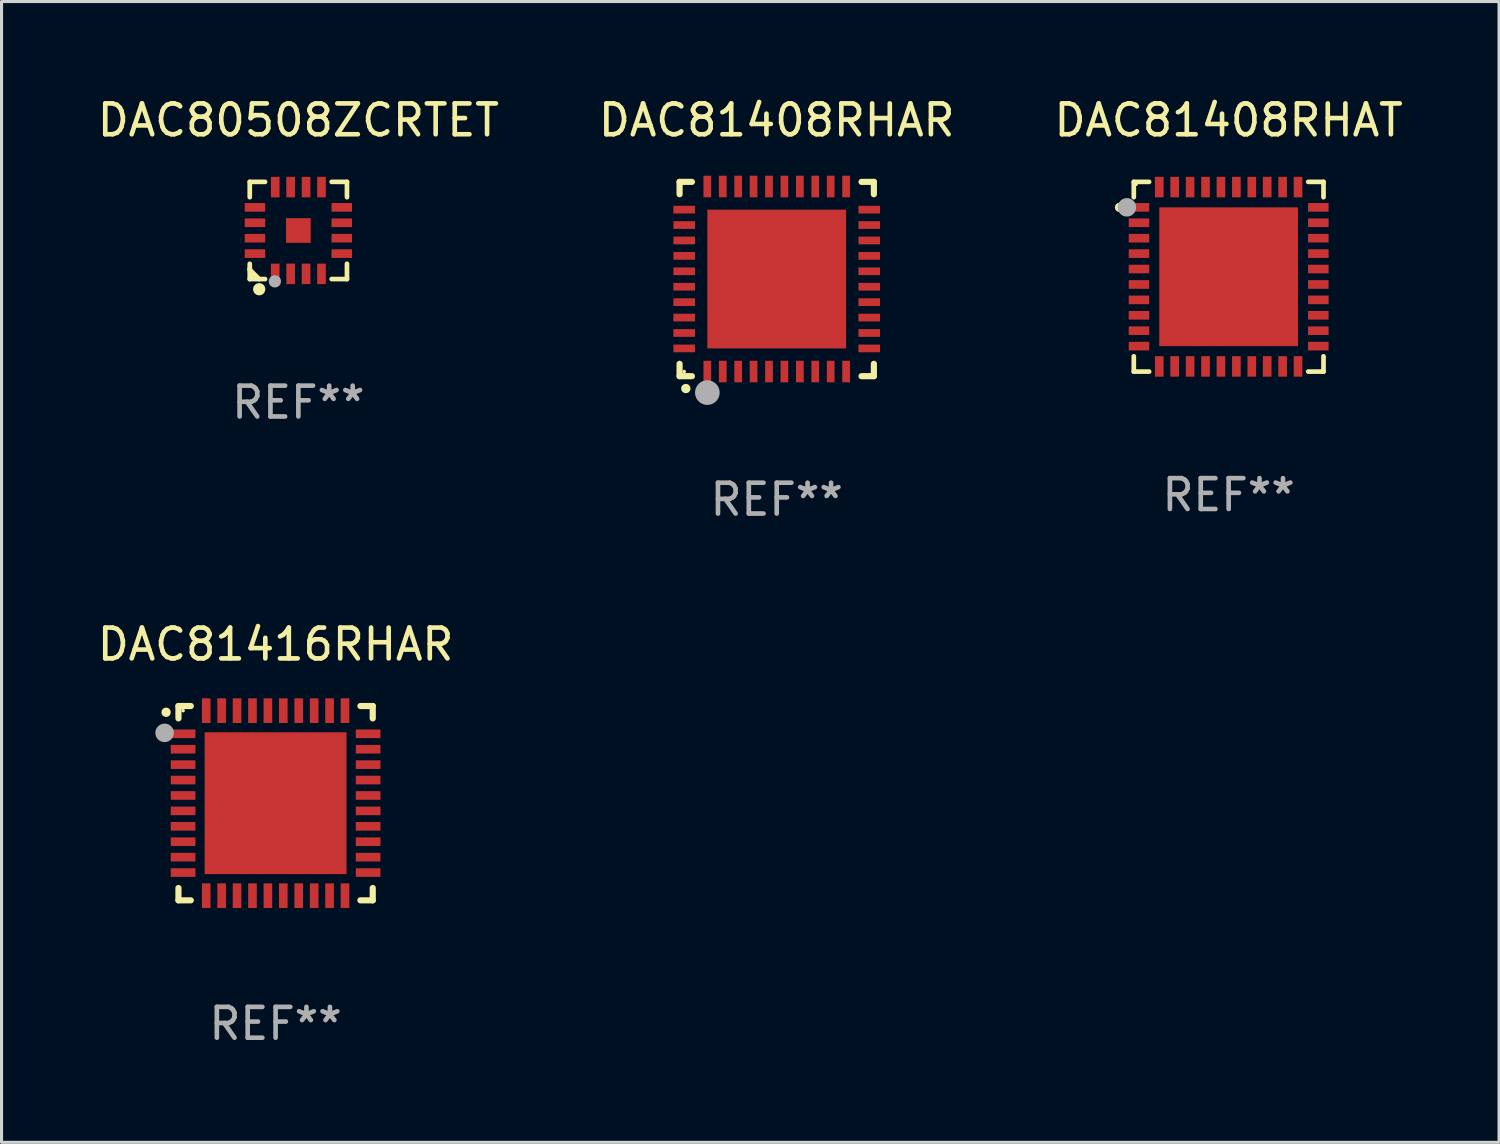
<source format=kicad_pcb>
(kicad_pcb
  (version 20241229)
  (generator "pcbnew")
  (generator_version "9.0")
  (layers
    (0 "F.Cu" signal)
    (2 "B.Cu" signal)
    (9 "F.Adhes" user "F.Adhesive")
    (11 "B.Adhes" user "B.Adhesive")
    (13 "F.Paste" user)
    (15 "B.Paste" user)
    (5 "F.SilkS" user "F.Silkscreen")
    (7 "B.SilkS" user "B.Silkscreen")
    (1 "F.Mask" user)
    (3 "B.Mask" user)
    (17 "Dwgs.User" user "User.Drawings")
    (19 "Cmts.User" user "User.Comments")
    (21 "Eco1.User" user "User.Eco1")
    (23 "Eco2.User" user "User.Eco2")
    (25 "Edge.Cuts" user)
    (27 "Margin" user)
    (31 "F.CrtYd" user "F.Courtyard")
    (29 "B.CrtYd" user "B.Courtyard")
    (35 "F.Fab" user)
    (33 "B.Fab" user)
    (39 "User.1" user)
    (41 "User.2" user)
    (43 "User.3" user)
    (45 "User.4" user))
  (footprint "DAC81408RHAT"
    (layer "F.Cu")
    (at 36.792 5.924)
    (property "Reference" "DAC81408RHAT" (at 0 -5.076 0) (layer "F.SilkS") (effects (font (size 1 1) (thickness 0.15))))
    (attr through_hole)
    (fp_line (start -3.076 -3.076) (end -3.076 -2.58) (stroke (width 0.152) (type solid)) (layer "F.SilkS"))
    (fp_line (start -3.076 3.076) (end -3.076 2.58) (stroke (width 0.152) (type solid)) (layer "F.SilkS"))
    (fp_line (start -2.58 -3.076) (end -3.076 -3.076) (stroke (width 0.152) (type solid)) (layer "F.SilkS"))
    (fp_line (start -2.58 3.076) (end -3.076 3.076) (stroke (width 0.152) (type solid)) (layer "F.SilkS"))
    (fp_line (start 2.58 -3.076) (end 3.076 -3.076) (stroke (width 0.152) (type solid)) (layer "F.SilkS"))
    (fp_line (start 2.58 3.076) (end 3.076 3.076) (stroke (width 0.152) (type solid)) (layer "F.SilkS"))
    (fp_line (start 3.076 -3.076) (end 3.076 -2.58) (stroke (width 0.152) (type solid)) (layer "F.SilkS"))
    (fp_line (start 3.076 3.076) (end 3.076 2.58) (stroke (width 0.152) (type solid)) (layer "F.SilkS"))
    (fp_circle (center -3.54 -2.25) (end -3.465 -2.25) (stroke (width 0.15) (type solid)) (fill no) (layer "F.SilkS"))
    (fp_circle (center -3 -3) (end -2.97 -3) (stroke (width 0.06) (type solid)) (fill no) (layer "F.SilkS"))
    (fp_circle (center -3.3 -2.25) (end -3.15 -2.25) (stroke (width 0.3) (type solid)) (fill no) (layer "F.Fab"))
    (fp_text user "REF**" (at 0 7.076 0) (layer "F.Fab") (effects (font (size 1 1) (thickness 0.15))))
    (pad "1" smd rect (at -2.908 -2.25) (size 0.665 0.28) (layers "F.Cu" "F.Mask" "F.Paste"))
    (pad "2" smd rect (at -2.908 -1.75) (size 0.665 0.28) (layers "F.Cu" "F.Mask" "F.Paste"))
    (pad "3" smd rect (at -2.908 -1.25) (size 0.665 0.28) (layers "F.Cu" "F.Mask" "F.Paste"))
    (pad "4" smd rect (at -2.908 -0.75) (size 0.665 0.28) (layers "F.Cu" "F.Mask" "F.Paste"))
    (pad "5" smd rect (at -2.908 -0.25) (size 0.665 0.28) (layers "F.Cu" "F.Mask" "F.Paste"))
    (pad "6" smd rect (at -2.908 0.25) (size 0.665 0.28) (layers "F.Cu" "F.Mask" "F.Paste"))
    (pad "7" smd rect (at -2.908 0.75) (size 0.665 0.28) (layers "F.Cu" "F.Mask" "F.Paste"))
    (pad "8" smd rect (at -2.908 1.25) (size 0.665 0.28) (layers "F.Cu" "F.Mask" "F.Paste"))
    (pad "9" smd rect (at -2.908 1.75) (size 0.665 0.28) (layers "F.Cu" "F.Mask" "F.Paste"))
    (pad "10" smd rect (at -2.908 2.25) (size 0.665 0.28) (layers "F.Cu" "F.Mask" "F.Paste"))
    (pad "11" smd rect (at -2.25 2.908) (size 0.28 0.665) (layers "F.Cu" "F.Mask" "F.Paste"))
    (pad "12" smd rect (at -1.75 2.908) (size 0.28 0.665) (layers "F.Cu" "F.Mask" "F.Paste"))
    (pad "13" smd rect (at -1.25 2.908) (size 0.28 0.665) (layers "F.Cu" "F.Mask" "F.Paste"))
    (pad "14" smd rect (at -0.75 2.908) (size 0.28 0.665) (layers "F.Cu" "F.Mask" "F.Paste"))
    (pad "15" smd rect (at -0.25 2.908) (size 0.28 0.665) (layers "F.Cu" "F.Mask" "F.Paste"))
    (pad "16" smd rect (at 0.25 2.908) (size 0.28 0.665) (layers "F.Cu" "F.Mask" "F.Paste"))
    (pad "17" smd rect (at 0.75 2.908) (size 0.28 0.665) (layers "F.Cu" "F.Mask" "F.Paste"))
    (pad "18" smd rect (at 1.25 2.908) (size 0.28 0.665) (layers "F.Cu" "F.Mask" "F.Paste"))
    (pad "19" smd rect (at 1.75 2.908) (size 0.28 0.665) (layers "F.Cu" "F.Mask" "F.Paste"))
    (pad "20" smd rect (at 2.25 2.908) (size 0.28 0.665) (layers "F.Cu" "F.Mask" "F.Paste"))
    (pad "21" smd rect (at 2.908 2.25) (size 0.665 0.28) (layers "F.Cu" "F.Mask" "F.Paste"))
    (pad "22" smd rect (at 2.908 1.75) (size 0.665 0.28) (layers "F.Cu" "F.Mask" "F.Paste"))
    (pad "23" smd rect (at 2.908 1.25) (size 0.665 0.28) (layers "F.Cu" "F.Mask" "F.Paste"))
    (pad "24" smd rect (at 2.908 0.75) (size 0.665 0.28) (layers "F.Cu" "F.Mask" "F.Paste"))
    (pad "25" smd rect (at 2.908 0.25) (size 0.665 0.28) (layers "F.Cu" "F.Mask" "F.Paste"))
    (pad "26" smd rect (at 2.908 -0.25) (size 0.665 0.28) (layers "F.Cu" "F.Mask" "F.Paste"))
    (pad "27" smd rect (at 2.908 -0.75) (size 0.665 0.28) (layers "F.Cu" "F.Mask" "F.Paste"))
    (pad "28" smd rect (at 2.908 -1.25) (size 0.665 0.28) (layers "F.Cu" "F.Mask" "F.Paste"))
    (pad "29" smd rect (at 2.908 -1.75) (size 0.665 0.28) (layers "F.Cu" "F.Mask" "F.Paste"))
    (pad "30" smd rect (at 2.908 -2.25) (size 0.665 0.28) (layers "F.Cu" "F.Mask" "F.Paste"))
    (pad "31" smd rect (at 2.25 -2.908) (size 0.28 0.665) (layers "F.Cu" "F.Mask" "F.Paste"))
    (pad "32" smd rect (at 1.75 -2.908) (size 0.28 0.665) (layers "F.Cu" "F.Mask" "F.Paste"))
    (pad "33" smd rect (at 1.25 -2.908) (size 0.28 0.665) (layers "F.Cu" "F.Mask" "F.Paste"))
    (pad "34" smd rect (at 0.75 -2.908) (size 0.28 0.665) (layers "F.Cu" "F.Mask" "F.Paste"))
    (pad "35" smd rect (at 0.25 -2.908) (size 0.28 0.665) (layers "F.Cu" "F.Mask" "F.Paste"))
    (pad "36" smd rect (at -0.25 -2.908) (size 0.28 0.665) (layers "F.Cu" "F.Mask" "F.Paste"))
    (pad "37" smd rect (at -0.75 -2.908) (size 0.28 0.665) (layers "F.Cu" "F.Mask" "F.Paste"))
    (pad "38" smd rect (at -1.25 -2.908) (size 0.28 0.665) (layers "F.Cu" "F.Mask" "F.Paste"))
    (pad "39" smd rect (at -1.75 -2.908) (size 0.28 0.665) (layers "F.Cu" "F.Mask" "F.Paste"))
    (pad "40" smd rect (at -2.25 -2.908) (size 0.28 0.665) (layers "F.Cu" "F.Mask" "F.Paste"))
    (pad "41" smd rect (at 0 0) (size 4.5 4.5) (layers "F.Cu" "F.Mask" "F.Paste")))
  (footprint "DAC80508ZCRTET"
    (layer "F.Cu")
    (at 6.625 4.424)
    (property "Reference" "DAC80508ZCRTET" (at 0 -3.576 0) (layer "F.SilkS") (effects (font (size 1 1) (thickness 0.15))))
    (attr through_hole)
    (fp_line (start -1.576 -1.576) (end -1.08 -1.576) (stroke (width 0.152) (type solid)) (layer "F.SilkS"))
    (fp_line (start -1.576 -1.08) (end -1.576 -1.576) (stroke (width 0.152) (type solid)) (layer "F.SilkS"))
    (fp_line (start -1.576 1.08) (end -1.576 1.576) (stroke (width 0.152) (type solid)) (layer "F.SilkS"))
    (fp_line (start -1.576 1.232) (end -1.576 1.272) (stroke (width 0.152) (type solid)) (layer "F.SilkS"))
    (fp_line (start -1.576 1.272) (end -1.272 1.576) (stroke (width 0.152) (type solid)) (layer "F.SilkS"))
    (fp_line (start -1.576 1.576) (end -1.08 1.576) (stroke (width 0.152) (type solid)) (layer "F.SilkS"))
    (fp_line (start 1.576 -1.576) (end 1.08 -1.576) (stroke (width 0.152) (type solid)) (layer "F.SilkS"))
    (fp_line (start 1.576 -1.08) (end 1.576 -1.576) (stroke (width 0.152) (type solid)) (layer "F.SilkS"))
    (fp_line (start 1.576 1.08) (end 1.576 1.576) (stroke (width 0.152) (type solid)) (layer "F.SilkS"))
    (fp_line (start 1.576 1.576) (end 1.08 1.576) (stroke (width 0.152) (type solid)) (layer "F.SilkS"))
    (fp_circle (center -1.5 1.5) (end -1.47 1.5) (stroke (width 0.06) (type solid)) (fill no) (layer "F.SilkS"))
    (fp_circle (center -1.27 1.905) (end -1.17 1.905) (stroke (width 0.2) (type solid)) (fill no) (layer "F.SilkS"))
    (fp_circle (center -0.762 1.651) (end -0.662 1.651) (stroke (width 0.2) (type solid)) (fill no) (layer "F.Fab"))
    (fp_text user "REF**" (at 0 5.576 0) (layer "F.Fab") (effects (font (size 1 1) (thickness 0.15))))
    (pad "1" smd rect (at -0.75 1.407) (size 0.28 0.665) (layers "F.Cu" "F.Mask" "F.Paste"))
    (pad "2" smd rect (at -0.25 1.407) (size 0.28 0.665) (layers "F.Cu" "F.Mask" "F.Paste"))
    (pad "3" smd rect (at 0.25 1.407) (size 0.28 0.665) (layers "F.Cu" "F.Mask" "F.Paste"))
    (pad "4" smd rect (at 0.75 1.407) (size 0.28 0.665) (layers "F.Cu" "F.Mask" "F.Paste"))
    (pad "5" smd rect (at 1.407 0.75) (size 0.665 0.28) (layers "F.Cu" "F.Mask" "F.Paste"))
    (pad "6" smd rect (at 1.407 0.25) (size 0.665 0.28) (layers "F.Cu" "F.Mask" "F.Paste"))
    (pad "7" smd rect (at 1.407 -0.25) (size 0.665 0.28) (layers "F.Cu" "F.Mask" "F.Paste"))
    (pad "8" smd rect (at 1.407 -0.75) (size 0.665 0.28) (layers "F.Cu" "F.Mask" "F.Paste"))
    (pad "9" smd rect (at 0.75 -1.407) (size 0.28 0.665) (layers "F.Cu" "F.Mask" "F.Paste"))
    (pad "10" smd rect (at 0.25 -1.407) (size 0.28 0.665) (layers "F.Cu" "F.Mask" "F.Paste"))
    (pad "11" smd rect (at -0.25 -1.407) (size 0.28 0.665) (layers "F.Cu" "F.Mask" "F.Paste"))
    (pad "12" smd rect (at -0.75 -1.407) (size 0.28 0.665) (layers "F.Cu" "F.Mask" "F.Paste"))
    (pad "13" smd rect (at -1.407 -0.75) (size 0.665 0.28) (layers "F.Cu" "F.Mask" "F.Paste"))
    (pad "14" smd rect (at -1.407 -0.25) (size 0.665 0.28) (layers "F.Cu" "F.Mask" "F.Paste"))
    (pad "15" smd rect (at -1.407 0.25) (size 0.665 0.28) (layers "F.Cu" "F.Mask" "F.Paste"))
    (pad "16" smd rect (at -1.407 0.75) (size 0.665 0.28) (layers "F.Cu" "F.Mask" "F.Paste"))
    (pad "17" smd rect (at 0 0) (size 0.8 0.8) (layers "F.Cu" "F.Mask" "F.Paste")))
  (footprint "DAC81416RHAR"
    (layer "F.Cu")
    (at 5.887 22.995)
    (property "Reference" "DAC81416RHAR" (at 0 -5.15 0) (layer "F.SilkS") (effects (font (size 1 1) (thickness 0.15))))
    (attr through_hole)
    (fp_line (start -3.15 -3.15) (end -2.75 -3.15) (stroke (width 0.2) (type solid)) (layer "F.SilkS"))
    (fp_line (start -3.15 -2.75) (end -3.15 -3.15) (stroke (width 0.2) (type solid)) (layer "F.SilkS"))
    (fp_line (start -3.15 3.15) (end -3.15 2.75) (stroke (width 0.2) (type solid)) (layer "F.SilkS"))
    (fp_line (start -2.75 3.15) (end -3.15 3.15) (stroke (width 0.2) (type solid)) (layer "F.SilkS"))
    (fp_line (start 2.75 -3.15) (end 3.15 -3.15) (stroke (width 0.2) (type solid)) (layer "F.SilkS"))
    (fp_line (start 2.75 3.15) (end 3.15 3.15) (stroke (width 0.2) (type solid)) (layer "F.SilkS"))
    (fp_line (start 3.15 -3.15) (end 3.15 -2.75) (stroke (width 0.2) (type solid)) (layer "F.SilkS"))
    (fp_line (start 3.15 3.15) (end 3.15 2.75) (stroke (width 0.2) (type solid)) (layer "F.SilkS"))
    (fp_arc (start -3.550927 -2.946406) (mid -3.550932 -2.947676) (end -3.550927 -2.948946) (stroke (width 0.3) (type solid)) (layer "F.SilkS"))
    (fp_circle (center -3 -3) (end -2.97 -3) (stroke (width 0.06) (type solid)) (fill no) (layer "F.SilkS"))
    (fp_circle (center -3.6 -2.28) (end -3.45 -2.28) (stroke (width 0.3) (type solid)) (fill no) (layer "F.Fab"))
    (fp_text user "REF**" (at 0 7.15 0) (layer "F.Fab") (effects (font (size 1 1) (thickness 0.15))))
    (pad "1" smd rect (at -3 -2.25 90) (size 0.28 0.8) (layers "F.Cu" "F.Mask" "F.Paste"))
    (pad "2" smd rect (at -3 -1.75 90) (size 0.28 0.8) (layers "F.Cu" "F.Mask" "F.Paste"))
    (pad "3" smd rect (at -3 -1.25 90) (size 0.28 0.8) (layers "F.Cu" "F.Mask" "F.Paste"))
    (pad "4" smd rect (at -3 -0.75 90) (size 0.28 0.8) (layers "F.Cu" "F.Mask" "F.Paste"))
    (pad "5" smd rect (at -3 -0.25 90) (size 0.28 0.8) (layers "F.Cu" "F.Mask" "F.Paste"))
    (pad "6" smd rect (at -3 0.25 90) (size 0.28 0.8) (layers "F.Cu" "F.Mask" "F.Paste"))
    (pad "7" smd rect (at -3 0.75 90) (size 0.28 0.8) (layers "F.Cu" "F.Mask" "F.Paste"))
    (pad "8" smd rect (at -3 1.25 90) (size 0.28 0.8) (layers "F.Cu" "F.Mask" "F.Paste"))
    (pad "9" smd rect (at -3 1.75 90) (size 0.28 0.8) (layers "F.Cu" "F.Mask" "F.Paste"))
    (pad "10" smd rect (at -3 2.25 90) (size 0.28 0.8) (layers "F.Cu" "F.Mask" "F.Paste"))
    (pad "11" smd rect (at -2.25 3) (size 0.28 0.8) (layers "F.Cu" "F.Mask" "F.Paste"))
    (pad "12" smd rect (at -1.75 3) (size 0.28 0.8) (layers "F.Cu" "F.Mask" "F.Paste"))
    (pad "13" smd rect (at -1.25 3) (size 0.28 0.8) (layers "F.Cu" "F.Mask" "F.Paste"))
    (pad "14" smd rect (at -0.75 3) (size 0.28 0.8) (layers "F.Cu" "F.Mask" "F.Paste"))
    (pad "15" smd rect (at -0.25 3) (size 0.28 0.8) (layers "F.Cu" "F.Mask" "F.Paste"))
    (pad "16" smd rect (at 0.25 3) (size 0.28 0.8) (layers "F.Cu" "F.Mask" "F.Paste"))
    (pad "17" smd rect (at 0.75 3) (size 0.28 0.8) (layers "F.Cu" "F.Mask" "F.Paste"))
    (pad "18" smd rect (at 1.25 3) (size 0.28 0.8) (layers "F.Cu" "F.Mask" "F.Paste"))
    (pad "19" smd rect (at 1.75 3) (size 0.28 0.8) (layers "F.Cu" "F.Mask" "F.Paste"))
    (pad "20" smd rect (at 2.25 3) (size 0.28 0.8) (layers "F.Cu" "F.Mask" "F.Paste"))
    (pad "21" smd rect (at 3 2.25 90) (size 0.28 0.8) (layers "F.Cu" "F.Mask" "F.Paste"))
    (pad "22" smd rect (at 3 1.75 90) (size 0.28 0.8) (layers "F.Cu" "F.Mask" "F.Paste"))
    (pad "23" smd rect (at 3 1.25 90) (size 0.28 0.8) (layers "F.Cu" "F.Mask" "F.Paste"))
    (pad "24" smd rect (at 3 0.75 90) (size 0.28 0.8) (layers "F.Cu" "F.Mask" "F.Paste"))
    (pad "25" smd rect (at 3 0.25 90) (size 0.28 0.8) (layers "F.Cu" "F.Mask" "F.Paste"))
    (pad "26" smd rect (at 3 -0.25 90) (size 0.28 0.8) (layers "F.Cu" "F.Mask" "F.Paste"))
    (pad "27" smd rect (at 3 -0.75 90) (size 0.28 0.8) (layers "F.Cu" "F.Mask" "F.Paste"))
    (pad "28" smd rect (at 3 -1.25 90) (size 0.28 0.8) (layers "F.Cu" "F.Mask" "F.Paste"))
    (pad "29" smd rect (at 3 -1.75 90) (size 0.28 0.8) (layers "F.Cu" "F.Mask" "F.Paste"))
    (pad "30" smd rect (at 3 -2.25 90) (size 0.28 0.8) (layers "F.Cu" "F.Mask" "F.Paste"))
    (pad "31" smd rect (at 2.25 -3) (size 0.28 0.8) (layers "F.Cu" "F.Mask" "F.Paste"))
    (pad "32" smd rect (at 1.75 -3) (size 0.28 0.8) (layers "F.Cu" "F.Mask" "F.Paste"))
    (pad "33" smd rect (at 1.25 -3) (size 0.28 0.8) (layers "F.Cu" "F.Mask" "F.Paste"))
    (pad "34" smd rect (at 0.75 -3) (size 0.28 0.8) (layers "F.Cu" "F.Mask" "F.Paste"))
    (pad "35" smd rect (at 0.25 -3) (size 0.28 0.8) (layers "F.Cu" "F.Mask" "F.Paste"))
    (pad "36" smd rect (at -0.25 -3) (size 0.28 0.8) (layers "F.Cu" "F.Mask" "F.Paste"))
    (pad "37" smd rect (at -0.75 -3) (size 0.28 0.8) (layers "F.Cu" "F.Mask" "F.Paste"))
    (pad "38" smd rect (at -1.25 -3) (size 0.28 0.8) (layers "F.Cu" "F.Mask" "F.Paste"))
    (pad "39" smd rect (at -1.75 -3) (size 0.28 0.8) (layers "F.Cu" "F.Mask" "F.Paste"))
    (pad "40" smd rect (at -2.25 -3) (size 0.28 0.8) (layers "F.Cu" "F.Mask" "F.Paste"))
    (pad "41" smd rect (at -0.000102 0) (size 4.6 4.6) (layers "F.Cu" "F.Mask" "F.Paste")))
  (footprint "DAC81408RHAR"
    (layer "F.Cu")
    (at 22.137 5.998)
    (property "Reference" "DAC81408RHAR" (at 0 -5.15 0) (layer "F.SilkS") (effects (font (size 1 1) (thickness 0.15))))
    (attr through_hole)
    (fp_line (start -3.15 -3.15) (end -2.75 -3.15) (stroke (width 0.2) (type solid)) (layer "F.SilkS"))
    (fp_line (start -3.15 -2.75) (end -3.15 -3.15) (stroke (width 0.2) (type solid)) (layer "F.SilkS"))
    (fp_line (start -3.15 3.15) (end -3.15 2.75) (stroke (width 0.2) (type solid)) (layer "F.SilkS"))
    (fp_line (start -2.75 3.15) (end -3.15 3.15) (stroke (width 0.2) (type solid)) (layer "F.SilkS"))
    (fp_line (start 3.15 -3.15) (end 2.75 -3.15) (stroke (width 0.2) (type solid)) (layer "F.SilkS"))
    (fp_line (start 3.15 -2.75) (end 3.15 -3.15) (stroke (width 0.2) (type solid)) (layer "F.SilkS"))
    (fp_line (start 3.15 2.75) (end 3.15 3.15) (stroke (width 0.2) (type solid)) (layer "F.SilkS"))
    (fp_line (start 3.15 3.15) (end 2.75 3.15) (stroke (width 0.2) (type solid)) (layer "F.SilkS"))
    (fp_arc (start -2.94892 3.550927) (mid -2.94765 3.550922) (end -2.94638 3.550927) (stroke (width 0.3) (type solid)) (layer "F.SilkS"))
    (fp_circle (center -3 3) (end -2.97 3) (stroke (width 0.06) (type solid)) (fill no) (layer "F.SilkS"))
    (fp_circle (center -2.25 3.683) (end -2.05 3.683) (stroke (width 0.4) (type solid)) (fill no) (layer "F.Fab"))
    (fp_text user "REF**" (at 0 7.15 0) (layer "F.Fab") (effects (font (size 1 1) (thickness 0.15))))
    (pad "1" smd rect (at -2.25 3 180) (size 0.25 0.7) (layers "F.Cu" "F.Mask" "F.Paste"))
    (pad "2" smd rect (at -1.75 3 180) (size 0.25 0.7) (layers "F.Cu" "F.Mask" "F.Paste"))
    (pad "3" smd rect (at -1.25 3 180) (size 0.25 0.7) (layers "F.Cu" "F.Mask" "F.Paste"))
    (pad "4" smd rect (at -0.75 3 180) (size 0.25 0.7) (layers "F.Cu" "F.Mask" "F.Paste"))
    (pad "5" smd rect (at -0.25 3 180) (size 0.25 0.7) (layers "F.Cu" "F.Mask" "F.Paste"))
    (pad "6" smd rect (at 0.25 3 180) (size 0.25 0.7) (layers "F.Cu" "F.Mask" "F.Paste"))
    (pad "7" smd rect (at 0.75 3 180) (size 0.25 0.7) (layers "F.Cu" "F.Mask" "F.Paste"))
    (pad "8" smd rect (at 1.25 3 180) (size 0.25 0.7) (layers "F.Cu" "F.Mask" "F.Paste"))
    (pad "9" smd rect (at 1.75 3 180) (size 0.25 0.7) (layers "F.Cu" "F.Mask" "F.Paste"))
    (pad "10" smd rect (at 2.25 3 180) (size 0.25 0.7) (layers "F.Cu" "F.Mask" "F.Paste"))
    (pad "11" smd rect (at 3 2.25 90) (size 0.25 0.7) (layers "F.Cu" "F.Mask" "F.Paste"))
    (pad "12" smd rect (at 3 1.75 90) (size 0.25 0.7) (layers "F.Cu" "F.Mask" "F.Paste"))
    (pad "13" smd rect (at 3 1.25 90) (size 0.25 0.7) (layers "F.Cu" "F.Mask" "F.Paste"))
    (pad "14" smd rect (at 3 0.75 90) (size 0.25 0.7) (layers "F.Cu" "F.Mask" "F.Paste"))
    (pad "15" smd rect (at 3 0.25 90) (size 0.25 0.7) (layers "F.Cu" "F.Mask" "F.Paste"))
    (pad "16" smd rect (at 3 -0.25 90) (size 0.25 0.7) (layers "F.Cu" "F.Mask" "F.Paste"))
    (pad "17" smd rect (at 3 -0.75 90) (size 0.25 0.7) (layers "F.Cu" "F.Mask" "F.Paste"))
    (pad "18" smd rect (at 3 -1.25 90) (size 0.25 0.7) (layers "F.Cu" "F.Mask" "F.Paste"))
    (pad "19" smd rect (at 3 -1.75 90) (size 0.25 0.7) (layers "F.Cu" "F.Mask" "F.Paste"))
    (pad "20" smd rect (at 3 -2.25 90) (size 0.25 0.7) (layers "F.Cu" "F.Mask" "F.Paste"))
    (pad "21" smd rect (at 2.25 -3 180) (size 0.25 0.7) (layers "F.Cu" "F.Mask" "F.Paste"))
    (pad "22" smd rect (at 1.75 -3 180) (size 0.25 0.7) (layers "F.Cu" "F.Mask" "F.Paste"))
    (pad "23" smd rect (at 1.25 -3 180) (size 0.25 0.7) (layers "F.Cu" "F.Mask" "F.Paste"))
    (pad "24" smd rect (at 0.75 -3 180) (size 0.25 0.7) (layers "F.Cu" "F.Mask" "F.Paste"))
    (pad "25" smd rect (at 0.25 -3 180) (size 0.25 0.7) (layers "F.Cu" "F.Mask" "F.Paste"))
    (pad "26" smd rect (at -0.25 -3 180) (size 0.25 0.7) (layers "F.Cu" "F.Mask" "F.Paste"))
    (pad "27" smd rect (at -0.75 -3 180) (size 0.25 0.7) (layers "F.Cu" "F.Mask" "F.Paste"))
    (pad "28" smd rect (at -1.25 -3 180) (size 0.25 0.7) (layers "F.Cu" "F.Mask" "F.Paste"))
    (pad "29" smd rect (at -1.75 -3 180) (size 0.25 0.7) (layers "F.Cu" "F.Mask" "F.Paste"))
    (pad "30" smd rect (at -2.25 -3 180) (size 0.25 0.7) (layers "F.Cu" "F.Mask" "F.Paste"))
    (pad "31" smd rect (at -3 -2.25 90) (size 0.25 0.7) (layers "F.Cu" "F.Mask" "F.Paste"))
    (pad "32" smd rect (at -3 -1.75 90) (size 0.25 0.7) (layers "F.Cu" "F.Mask" "F.Paste"))
    (pad "33" smd rect (at -3 -1.25 90) (size 0.25 0.7) (layers "F.Cu" "F.Mask" "F.Paste"))
    (pad "34" smd rect (at -3 -0.75 90) (size 0.25 0.7) (layers "F.Cu" "F.Mask" "F.Paste"))
    (pad "35" smd rect (at -3 -0.25 90) (size 0.25 0.7) (layers "F.Cu" "F.Mask" "F.Paste"))
    (pad "36" smd rect (at -3 0.25 90) (size 0.25 0.7) (layers "F.Cu" "F.Mask" "F.Paste"))
    (pad "37" smd rect (at -3 0.75 90) (size 0.25 0.7) (layers "F.Cu" "F.Mask" "F.Paste"))
    (pad "38" smd rect (at -3 1.25 90) (size 0.25 0.7) (layers "F.Cu" "F.Mask" "F.Paste"))
    (pad "39" smd rect (at -3 1.75 90) (size 0.25 0.7) (layers "F.Cu" "F.Mask" "F.Paste"))
    (pad "40" smd rect (at -3 2.25 90) (size 0.25 0.7) (layers "F.Cu" "F.Mask" "F.Paste"))
    (pad "41" smd rect (at 0.000102 0.000076 90) (size 4.5 4.5) (layers "F.Cu" "F.Mask" "F.Paste")))
  (gr_rect
    (start -3 -3)
    (end 45.56 33.993)
    (stroke (width 0.1) (type default))
    (fill no)
    (layer "Edge.Cuts")))
</source>
